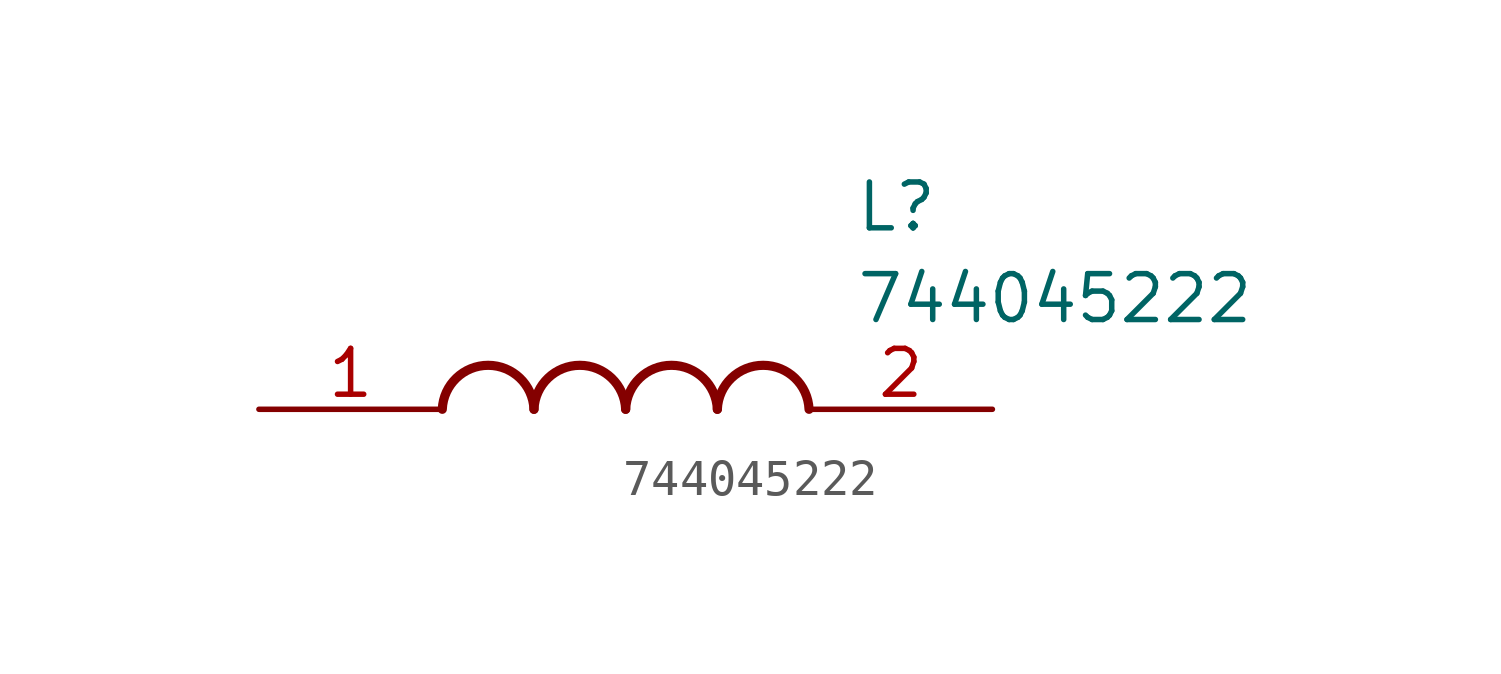
<source format=kicad_sym>
(kicad_symbol_lib
  (version 20211014)
  (generator SamacSys_ECAD_Model)
  (symbol "744045222"
    (pin_names hide)
    (property "Reference" "L"
      (at 16.51 6.35 0)
      (effects (font (size 1.27 1.27)) (justify left top)))
    (property "Value" "744045222"
      (at 16.51 3.81 0)
      (effects (font (size 1.27 1.27)) (justify left top)))
    (arc
      (start 7.62 0)
      (mid 6.35 1.219)
      (end 5.08 0)
      (stroke (width 0.254) (type default))
      (fill (type none)))
    (arc
      (start 10.16 0)
      (mid 8.89 1.219)
      (end 7.62 0)
      (stroke (width 0.254) (type default))
      (fill (type none)))
    (arc
      (start 12.7 0)
      (mid 11.43 1.219)
      (end 10.16 0)
      (stroke (width 0.254) (type default))
      (fill (type none)))
    (arc
      (start 15.24 0)
      (mid 13.97 1.219)
      (end 12.7 0)
      (stroke (width 0.254) (type default))
      (fill (type none)))
    (pin passive line
      (at 0 0 0)
      (length 5.08)
      (name "1" (effects (font (size 1.27 1.27))))
      (number "1" (effects (font (size 1.27 1.27)))))
    (pin passive line
      (at 20.32 0 180)
      (length 5.08)
      (name "2" (effects (font (size 1.27 1.27))))
      (number "2" (effects (font (size 1.27 1.27)))))))
</source>
